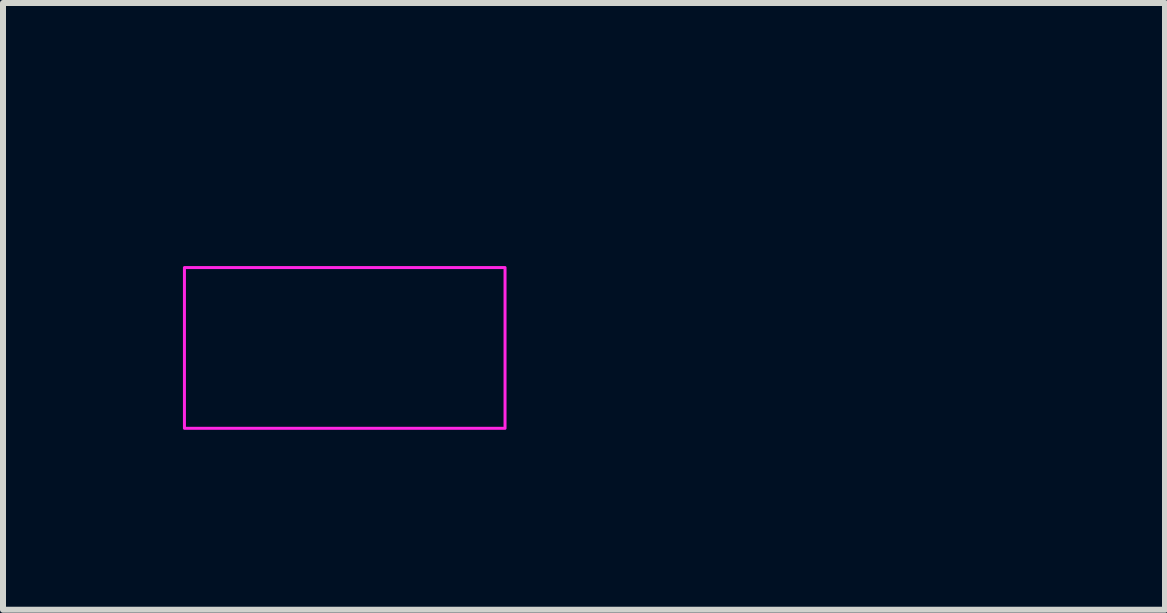
<source format=kicad_pcb>
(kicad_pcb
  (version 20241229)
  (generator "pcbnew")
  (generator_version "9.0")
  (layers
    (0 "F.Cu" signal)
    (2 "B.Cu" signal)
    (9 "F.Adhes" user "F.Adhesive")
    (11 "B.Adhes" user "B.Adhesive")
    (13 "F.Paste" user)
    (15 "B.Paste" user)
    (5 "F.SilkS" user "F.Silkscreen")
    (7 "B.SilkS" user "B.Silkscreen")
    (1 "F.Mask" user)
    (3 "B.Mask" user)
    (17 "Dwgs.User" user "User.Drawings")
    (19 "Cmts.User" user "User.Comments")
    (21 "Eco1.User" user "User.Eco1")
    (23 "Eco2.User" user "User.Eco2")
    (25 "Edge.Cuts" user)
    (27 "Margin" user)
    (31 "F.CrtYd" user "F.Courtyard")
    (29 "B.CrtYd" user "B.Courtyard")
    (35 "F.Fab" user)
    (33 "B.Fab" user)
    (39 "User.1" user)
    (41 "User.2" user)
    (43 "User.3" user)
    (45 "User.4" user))
  (footprint "Jumper_1x2_P2.54mm"
    (layer "F.Cu")
    (at 1.43 2.751)
    (property "Reference" "Jumper_1x2_P2.54mm" (at 0 -1.601 0) (layer "User.1") (effects (font (size 0.7 0.7) (thickness 0.15)) (justify left bottom)))
    (attr through_hole board_only exclude_from_pos_files exclude_from_bom)
    (fp_rect (start -1.405 -1.34) (end 3.94 1.34) (stroke (width 0.05) (type default)) (fill no) (layer "F.CrtYd"))
    (fp_line (start -1.27 -1.27) (end 3.809 -1.27) (stroke (width 0.1) (type solid)) (layer "User.1"))
    (fp_line (start -1.27 1.267) (end -1.27 -1.27) (stroke (width 0.1) (type solid)) (layer "User.1"))
    (fp_line (start -1.27 1.267) (end 3.809 1.267) (stroke (width 0.1) (type solid)) (layer "User.1"))
    (fp_line (start 3.809 1.267) (end 3.809 -1.27) (stroke (width 0.1) (type solid)) (layer "User.1"))
    (fp_rect (start -1.331 -1.2) (end 3.87 1.199) (stroke (width 0.1) (type solid)) (fill no) (layer "User.5"))
    (fp_line (start -1.331 -1.2) (end -1.331 1.199) (stroke (width 0.02) (type solid)) (layer "User.9"))
    (fp_line (start -1.331 1.199) (end 0.569 1.199) (stroke (width 0.02) (type solid)) (layer "User.9"))
    (fp_line (start -0.231 -0.5) (end -0.231 0.499) (stroke (width 0.02) (type solid)) (layer "User.9"))
    (fp_line (start -0.231 0.499) (end 0.569 0.499) (stroke (width 0.02) (type solid)) (layer "User.9"))
    (fp_line (start 0.07 -0.5) (end -0.231 -0.5) (stroke (width 0.02) (type solid)) (layer "User.9"))
    (fp_line (start 0.318 -0.3) (end 0.318 0.299) (stroke (width 0.02) (type solid)) (layer "User.9"))
    (fp_line (start 0.318 0.299) (end 0.344 0.299) (stroke (width 0.02) (type solid)) (layer "User.9"))
    (fp_line (start 0.344 -0.3) (end 0.318 -0.3) (stroke (width 0.02) (type solid)) (layer "User.9"))
    (fp_line (start 0.344 0.299) (end 0.352 0.299) (stroke (width 0.02) (type solid)) (layer "User.9"))
    (fp_line (start 0.352 -0.3) (end 0.344 -0.3) (stroke (width 0.02) (type solid)) (layer "User.9"))
    (fp_line (start 0.352 0.299) (end 0.356 0.299) (stroke (width 0.02) (type solid)) (layer "User.9"))
    (fp_line (start 0.356 -0.3) (end 0.352 -0.3) (stroke (width 0.02) (type solid)) (layer "User.9"))
    (fp_line (start 0.356 0.299) (end 0.36 0.299) (stroke (width 0.02) (type solid)) (layer "User.9"))
    (fp_line (start 0.36 -0.3) (end 0.356 -0.3) (stroke (width 0.02) (type solid)) (layer "User.9"))
    (fp_line (start 0.36 0.299) (end 0.364 0.298) (stroke (width 0.02) (type solid)) (layer "User.9"))
    (fp_line (start 0.364 -0.299) (end 0.36 -0.3) (stroke (width 0.02) (type solid)) (layer "User.9"))
    (fp_line (start 0.364 0.298) (end 0.368 0.297) (stroke (width 0.02) (type solid)) (layer "User.9"))
    (fp_line (start 0.368 -0.298) (end 0.364 -0.299) (stroke (width 0.02) (type solid)) (layer "User.9"))
    (fp_line (start 0.368 0.297) (end 0.372 0.295) (stroke (width 0.02) (type solid)) (layer "User.9"))
    (fp_line (start 0.372 -0.296) (end 0.368 -0.298) (stroke (width 0.02) (type solid)) (layer "User.9"))
    (fp_line (start 0.372 0.295) (end 0.376 0.294) (stroke (width 0.02) (type solid)) (layer "User.9"))
    (fp_line (start 0.376 -0.295) (end 0.372 -0.296) (stroke (width 0.02) (type solid)) (layer "User.9"))
    (fp_line (start 0.376 0.294) (end 0.38 0.292) (stroke (width 0.02) (type solid)) (layer "User.9"))
    (fp_line (start 0.38 0.292) (end 0.384 0.289) (stroke (width 0.02) (type solid)) (layer "User.9"))
    (fp_line (start 0.384 -0.29) (end 0.376 -0.295) (stroke (width 0.02) (type solid)) (layer "User.9"))
    (fp_line (start 0.384 0.289) (end 0.387 0.286) (stroke (width 0.02) (type solid)) (layer "User.9"))
    (fp_line (start 0.387 0.286) (end 0.391 0.283) (stroke (width 0.02) (type solid)) (layer "User.9"))
    (fp_line (start 0.391 -0.284) (end 0.384 -0.29) (stroke (width 0.02) (type solid)) (layer "User.9"))
    (fp_line (start 0.391 0.283) (end 0.395 0.28) (stroke (width 0.02) (type solid)) (layer "User.9"))
    (fp_line (start 0.395 0.28) (end 0.399 0.277) (stroke (width 0.02) (type solid)) (layer "User.9"))
    (fp_line (start 0.399 -0.278) (end 0.391 -0.284) (stroke (width 0.02) (type solid)) (layer "User.9"))
    (fp_line (start 0.399 0.277) (end 0.402 0.273) (stroke (width 0.02) (type solid)) (layer "User.9"))
    (fp_line (start 0.402 0.273) (end 0.406 0.268) (stroke (width 0.02) (type solid)) (layer "User.9"))
    (fp_line (start 0.406 -0.269) (end 0.399 -0.278) (stroke (width 0.02) (type solid)) (layer "User.9"))
    (fp_line (start 0.406 0.268) (end 0.409 0.264) (stroke (width 0.02) (type solid)) (layer "User.9"))
    (fp_line (start 0.409 0.264) (end 0.413 0.259) (stroke (width 0.02) (type solid)) (layer "User.9"))
    (fp_line (start 0.413 -0.26) (end 0.406 -0.269) (stroke (width 0.02) (type solid)) (layer "User.9"))
    (fp_line (start 0.413 0.259) (end 0.416 0.254) (stroke (width 0.02) (type solid)) (layer "User.9"))
    (fp_line (start 0.416 0.254) (end 0.419 0.249) (stroke (width 0.02) (type solid)) (layer "User.9"))
    (fp_line (start 0.419 -0.25) (end 0.413 -0.26) (stroke (width 0.02) (type solid)) (layer "User.9"))
    (fp_line (start 0.419 0.249) (end 0.423 0.244) (stroke (width 0.02) (type solid)) (layer "User.9"))
    (fp_line (start 0.423 0.244) (end 0.426 0.238) (stroke (width 0.02) (type solid)) (layer "User.9"))
    (fp_line (start 0.426 -0.239) (end 0.419 -0.25) (stroke (width 0.02) (type solid)) (layer "User.9"))
    (fp_line (start 0.426 0.238) (end 0.429 0.232) (stroke (width 0.02) (type solid)) (layer "User.9"))
    (fp_line (start 0.429 0.232) (end 0.432 0.225) (stroke (width 0.02) (type solid)) (layer "User.9"))
    (fp_line (start 0.432 -0.226) (end 0.426 -0.239) (stroke (width 0.02) (type solid)) (layer "User.9"))
    (fp_line (start 0.432 0.225) (end 0.435 0.219) (stroke (width 0.02) (type solid)) (layer "User.9"))
    (fp_line (start 0.435 -0.5) (end 0.429 -0.5) (stroke (width 0.02) (type solid)) (layer "User.9"))
    (fp_line (start 0.435 0.219) (end 0.438 0.212) (stroke (width 0.02) (type solid)) (layer "User.9"))
    (fp_line (start 0.438 -0.213) (end 0.432 -0.226) (stroke (width 0.02) (type solid)) (layer "User.9"))
    (fp_line (start 0.438 0.212) (end 0.443 0.198) (stroke (width 0.02) (type solid)) (layer "User.9"))
    (fp_line (start 0.44 -0.5) (end 0.435 -0.5) (stroke (width 0.02) (type solid)) (layer "User.9"))
    (fp_line (start 0.443 -0.199) (end 0.438 -0.213) (stroke (width 0.02) (type solid)) (layer "User.9"))
    (fp_line (start 0.443 0.198) (end 0.448 0.183) (stroke (width 0.02) (type solid)) (layer "User.9"))
    (fp_line (start 0.445 -0.499) (end 0.44 -0.5) (stroke (width 0.02) (type solid)) (layer "User.9"))
    (fp_line (start 0.448 -0.184) (end 0.443 -0.199) (stroke (width 0.02) (type solid)) (layer "User.9"))
    (fp_line (start 0.448 0.183) (end 0.453 0.166) (stroke (width 0.02) (type solid)) (layer "User.9"))
    (fp_line (start 0.45 -0.498) (end 0.445 -0.499) (stroke (width 0.02) (type solid)) (layer "User.9"))
    (fp_line (start 0.453 -0.167) (end 0.448 -0.184) (stroke (width 0.02) (type solid)) (layer "User.9"))
    (fp_line (start 0.453 0.166) (end 0.457 0.149) (stroke (width 0.02) (type solid)) (layer "User.9"))
    (fp_line (start 0.454 -0.497) (end 0.45 -0.498) (stroke (width 0.02) (type solid)) (layer "User.9"))
    (fp_line (start 0.457 -0.15) (end 0.453 -0.167) (stroke (width 0.02) (type solid)) (layer "User.9"))
    (fp_line (start 0.457 -0.15) (end 0.457 -0.15) (stroke (width 0.02) (type solid)) (layer "User.9"))
    (fp_line (start 0.457 0.149) (end 0.457 0.149) (stroke (width 0.02) (type solid)) (layer "User.9"))
    (fp_line (start 0.457 0.149) (end 0.461 0.132) (stroke (width 0.02) (type solid)) (layer "User.9"))
    (fp_line (start 0.459 -0.496) (end 0.454 -0.497) (stroke (width 0.02) (type solid)) (layer "User.9"))
    (fp_line (start 0.461 -0.133) (end 0.457 -0.15) (stroke (width 0.02) (type solid)) (layer "User.9"))
    (fp_line (start 0.461 0.132) (end 0.465 0.114) (stroke (width 0.02) (type solid)) (layer "User.9"))
    (fp_line (start 0.464 -0.494) (end 0.459 -0.496) (stroke (width 0.02) (type solid)) (layer "User.9"))
    (fp_line (start 0.465 -0.115) (end 0.461 -0.133) (stroke (width 0.02) (type solid)) (layer "User.9"))
    (fp_line (start 0.465 0.114) (end 0.467 0.095) (stroke (width 0.02) (type solid)) (layer "User.9"))
    (fp_line (start 0.467 -0.096) (end 0.465 -0.115) (stroke (width 0.02) (type solid)) (layer "User.9"))
    (fp_line (start 0.467 0.095) (end 0.47 0.077) (stroke (width 0.02) (type solid)) (layer "User.9"))
    (fp_line (start 0.468 -0.493) (end 0.464 -0.494) (stroke (width 0.02) (type solid)) (layer "User.9"))
    (fp_line (start 0.47 -0.078) (end 0.467 -0.096) (stroke (width 0.02) (type solid)) (layer "User.9"))
    (fp_line (start 0.47 0.077) (end 0.471 0.057) (stroke (width 0.02) (type solid)) (layer "User.9"))
    (fp_line (start 0.471 -0.058) (end 0.47 -0.078) (stroke (width 0.02) (type solid)) (layer "User.9"))
    (fp_line (start 0.471 0.057) (end 0.473 0.038) (stroke (width 0.02) (type solid)) (layer "User.9"))
    (fp_line (start 0.473 -0.491) (end 0.468 -0.493) (stroke (width 0.02) (type solid)) (layer "User.9"))
    (fp_line (start 0.473 -0.039) (end 0.471 -0.058) (stroke (width 0.02) (type solid)) (layer "User.9"))
    (fp_line (start 0.473 0.038) (end 0.474 0.019) (stroke (width 0.02) (type solid)) (layer "User.9"))
    (fp_line (start 0.474 -0.02) (end 0.473 -0.039) (stroke (width 0.02) (type solid)) (layer "User.9"))
    (fp_line (start 0.474 0) (end 0.474 -0.02) (stroke (width 0.02) (type solid)) (layer "User.9"))
    (fp_line (start 0.474 0.019) (end 0.474 0) (stroke (width 0.02) (type solid)) (layer "User.9"))
    (fp_line (start 0.477 -0.488) (end 0.473 -0.491) (stroke (width 0.02) (type solid)) (layer "User.9"))
    (fp_line (start 0.481 -0.486) (end 0.477 -0.488) (stroke (width 0.02) (type solid)) (layer "User.9"))
    (fp_line (start 0.485 -0.483) (end 0.481 -0.486) (stroke (width 0.02) (type solid)) (layer "User.9"))
    (fp_line (start 0.489 -0.481) (end 0.485 -0.483) (stroke (width 0.02) (type solid)) (layer "User.9"))
    (fp_line (start 0.493 -0.478) (end 0.489 -0.481) (stroke (width 0.02) (type solid)) (layer "User.9"))
    (fp_line (start 0.497 -0.475) (end 0.493 -0.478) (stroke (width 0.02) (type solid)) (layer "User.9"))
    (fp_line (start 0.5 -0.471) (end 0.497 -0.475) (stroke (width 0.02) (type solid)) (layer "User.9"))
    (fp_line (start 0.504 -0.468) (end 0.5 -0.471) (stroke (width 0.02) (type solid)) (layer "User.9"))
    (fp_line (start 0.507 -0.464) (end 0.504 -0.468) (stroke (width 0.02) (type solid)) (layer "User.9"))
    (fp_line (start 0.51 -0.46) (end 0.507 -0.464) (stroke (width 0.02) (type solid)) (layer "User.9"))
    (fp_line (start 0.512 -0.456) (end 0.51 -0.46) (stroke (width 0.02) (type solid)) (layer "User.9"))
    (fp_line (start 0.515 -0.452) (end 0.512 -0.456) (stroke (width 0.02) (type solid)) (layer "User.9"))
    (fp_line (start 0.517 -0.448) (end 0.515 -0.452) (stroke (width 0.02) (type solid)) (layer "User.9"))
    (fp_line (start 0.52 -0.444) (end 0.517 -0.448) (stroke (width 0.02) (type solid)) (layer "User.9"))
    (fp_line (start 0.522 -0.439) (end 0.52 -0.444) (stroke (width 0.02) (type solid)) (layer "User.9"))
    (fp_line (start 0.523 -0.435) (end 0.522 -0.439) (stroke (width 0.02) (type solid)) (layer "User.9"))
    (fp_line (start 0.525 -0.43) (end 0.523 -0.435) (stroke (width 0.02) (type solid)) (layer "User.9"))
    (fp_line (start 0.526 -0.425) (end 0.525 -0.43) (stroke (width 0.02) (type solid)) (layer "User.9"))
    (fp_line (start 0.526 -0.3) (end 0.728 -0.3) (stroke (width 0.02) (type solid)) (layer "User.9"))
    (fp_line (start 0.527 -0.421) (end 0.526 -0.425) (stroke (width 0.02) (type solid)) (layer "User.9"))
    (fp_line (start 0.528 -0.416) (end 0.527 -0.421) (stroke (width 0.02) (type solid)) (layer "User.9"))
    (fp_line (start 0.529 -0.411) (end 0.528 -0.416) (stroke (width 0.02) (type solid)) (layer "User.9"))
    (fp_line (start 0.529 -0.406) (end 0.529 -0.411) (stroke (width 0.02) (type solid)) (layer "User.9"))
    (fp_line (start 0.53 -0.401) (end 0.529 -0.406) (stroke (width 0.02) (type solid)) (layer "User.9"))
    (fp_line (start 0.53 -0.3) (end 0.53 -0.401) (stroke (width 0.02) (type solid)) (layer "User.9"))
    (fp_line (start 0.534 -0.3) (end 0.352 -0.3) (stroke (width 0.02) (type solid)) (layer "User.9"))
    (fp_line (start 0.534 -0.3) (end 0.539 -0.3) (stroke (width 0.02) (type solid)) (layer "User.9"))
    (fp_line (start 0.534 0.299) (end 0.352 0.299) (stroke (width 0.02) (type solid)) (layer "User.9"))
    (fp_line (start 0.539 -0.3) (end 0.543 -0.3) (stroke (width 0.02) (type solid)) (layer "User.9"))
    (fp_line (start 0.539 0.299) (end 0.534 0.299) (stroke (width 0.02) (type solid)) (layer "User.9"))
    (fp_line (start 0.543 -0.3) (end 0.547 -0.299) (stroke (width 0.02) (type solid)) (layer "User.9"))
    (fp_line (start 0.543 0.299) (end 0.539 0.299) (stroke (width 0.02) (type solid)) (layer "User.9"))
    (fp_line (start 0.547 -0.299) (end 0.551 -0.298) (stroke (width 0.02) (type solid)) (layer "User.9"))
    (fp_line (start 0.547 0.298) (end 0.543 0.299) (stroke (width 0.02) (type solid)) (layer "User.9"))
    (fp_line (start 0.551 -0.298) (end 0.555 -0.296) (stroke (width 0.02) (type solid)) (layer "User.9"))
    (fp_line (start 0.551 0.297) (end 0.547 0.298) (stroke (width 0.02) (type solid)) (layer "User.9"))
    (fp_line (start 0.555 -0.296) (end 0.559 -0.295) (stroke (width 0.02) (type solid)) (layer "User.9"))
    (fp_line (start 0.555 0.295) (end 0.551 0.297) (stroke (width 0.02) (type solid)) (layer "User.9"))
    (fp_line (start 0.559 -0.295) (end 0.562 -0.293) (stroke (width 0.02) (type solid)) (layer "User.9"))
    (fp_line (start 0.559 0.294) (end 0.555 0.295) (stroke (width 0.02) (type solid)) (layer "User.9"))
    (fp_line (start 0.562 -0.293) (end 0.566 -0.29) (stroke (width 0.02) (type solid)) (layer "User.9"))
    (fp_line (start 0.566 -0.29) (end 0.57 -0.287) (stroke (width 0.02) (type solid)) (layer "User.9"))
    (fp_line (start 0.566 0.289) (end 0.559 0.294) (stroke (width 0.02) (type solid)) (layer "User.9"))
    (fp_line (start 0.569 -1.2) (end -1.331 -1.2) (stroke (width 0.02) (type solid)) (layer "User.9"))
    (fp_line (start 0.569 -1.2) (end 0.569 -0.5) (stroke (width 0.02) (type solid)) (layer "User.9"))
    (fp_line (start 0.569 -1) (end 0.577 -1) (stroke (width 0.02) (type solid)) (layer "User.9"))
    (fp_line (start 0.569 -0.5) (end -0.231 -0.5) (stroke (width 0.02) (type solid)) (layer "User.9"))
    (fp_line (start 0.569 0.499) (end 0.569 1.199) (stroke (width 0.02) (type solid)) (layer "User.9"))
    (fp_line (start 0.569 0.699) (end 0.587 0.699) (stroke (width 0.02) (type solid)) (layer "User.9"))
    (fp_line (start 0.569 0.999) (end 0.577 0.999) (stroke (width 0.02) (type solid)) (layer "User.9"))
    (fp_line (start 0.569 1.199) (end 0.577 1.199) (stroke (width 0.02) (type solid)) (layer "User.9"))
    (fp_line (start 0.57 -0.287) (end 0.574 -0.284) (stroke (width 0.02) (type solid)) (layer "User.9"))
    (fp_line (start 0.574 -0.284) (end 0.578 -0.281) (stroke (width 0.02) (type solid)) (layer "User.9"))
    (fp_line (start 0.574 0.283) (end 0.566 0.289) (stroke (width 0.02) (type solid)) (layer "User.9"))
    (fp_line (start 0.577 -1.2) (end 0.569 -1.2) (stroke (width 0.02) (type solid)) (layer "User.9"))
    (fp_line (start 0.577 -1.2) (end 0.577 -1) (stroke (width 0.02) (type solid)) (layer "User.9"))
    (fp_line (start 0.577 -1.2) (end 0.611 -1.2) (stroke (width 0.02) (type solid)) (layer "User.9"))
    (fp_line (start 0.577 0.999) (end 0.577 1.199) (stroke (width 0.02) (type solid)) (layer "User.9"))
    (fp_line (start 0.577 1.199) (end 0.611 1.199) (stroke (width 0.02) (type solid)) (layer "User.9"))
    (fp_line (start 0.578 -0.281) (end 0.581 -0.278) (stroke (width 0.02) (type solid)) (layer "User.9"))
    (fp_line (start 0.581 -0.278) (end 0.585 -0.274) (stroke (width 0.02) (type solid)) (layer "User.9"))
    (fp_line (start 0.581 0.277) (end 0.574 0.283) (stroke (width 0.02) (type solid)) (layer "User.9"))
    (fp_line (start 0.585 -0.274) (end 0.589 -0.269) (stroke (width 0.02) (type solid)) (layer "User.9"))
    (fp_line (start 0.587 0.699) (end 0.587 0.699) (stroke (width 0.02) (type solid)) (layer "User.9"))
    (fp_line (start 0.587 0.699) (end 0.639 0.699) (stroke (width 0.02) (type solid)) (layer "User.9"))
    (fp_line (start 0.589 -0.269) (end 0.592 -0.265) (stroke (width 0.02) (type solid)) (layer "User.9"))
    (fp_line (start 0.589 0.268) (end 0.581 0.277) (stroke (width 0.02) (type solid)) (layer "User.9"))
    (fp_line (start 0.592 -0.265) (end 0.595 -0.26) (stroke (width 0.02) (type solid)) (layer "User.9"))
    (fp_line (start 0.595 -0.26) (end 0.599 -0.255) (stroke (width 0.02) (type solid)) (layer "User.9"))
    (fp_line (start 0.595 0.259) (end 0.589 0.268) (stroke (width 0.02) (type solid)) (layer "User.9"))
    (fp_line (start 0.599 -0.255) (end 0.602 -0.25) (stroke (width 0.02) (type solid)) (layer "User.9"))
    (fp_line (start 0.602 -0.25) (end 0.605 -0.245) (stroke (width 0.02) (type solid)) (layer "User.9"))
    (fp_line (start 0.602 0.249) (end 0.595 0.259) (stroke (width 0.02) (type solid)) (layer "User.9"))
    (fp_line (start 0.605 -0.245) (end 0.609 -0.239) (stroke (width 0.02) (type solid)) (layer "User.9"))
    (fp_line (start 0.609 -0.239) (end 0.612 -0.233) (stroke (width 0.02) (type solid)) (layer "User.9"))
    (fp_line (start 0.609 0.238) (end 0.602 0.249) (stroke (width 0.02) (type solid)) (layer "User.9"))
    (fp_line (start 0.611 -1.2) (end 0.611 -1.2) (stroke (width 0.02) (type solid)) (layer "User.9"))
    (fp_line (start 0.611 -1.2) (end 0.673 -1.2) (stroke (width 0.02) (type solid)) (layer "User.9"))
    (fp_line (start 0.611 1.199) (end 0.611 1.199) (stroke (width 0.02) (type solid)) (layer "User.9"))
    (fp_line (start 0.611 1.199) (end 0.673 1.199) (stroke (width 0.02) (type solid)) (layer "User.9"))
    (fp_line (start 0.612 -0.233) (end 0.615 -0.226) (stroke (width 0.02) (type solid)) (layer "User.9"))
    (fp_line (start 0.615 -0.226) (end 0.618 -0.22) (stroke (width 0.02) (type solid)) (layer "User.9"))
    (fp_line (start 0.615 0.225) (end 0.609 0.238) (stroke (width 0.02) (type solid)) (layer "User.9"))
    (fp_line (start 0.618 -0.22) (end 0.621 -0.213) (stroke (width 0.02) (type solid)) (layer "User.9"))
    (fp_line (start 0.621 -0.213) (end 0.626 -0.199) (stroke (width 0.02) (type solid)) (layer "User.9"))
    (fp_line (start 0.621 0.212) (end 0.615 0.225) (stroke (width 0.02) (type solid)) (layer "User.9"))
    (fp_line (start 0.626 -0.199) (end 0.631 -0.184) (stroke (width 0.02) (type solid)) (layer "User.9"))
    (fp_line (start 0.626 0.198) (end 0.621 0.212) (stroke (width 0.02) (type solid)) (layer "User.9"))
    (fp_line (start 0.631 -0.184) (end 0.636 -0.167) (stroke (width 0.02) (type solid)) (layer "User.9"))
    (fp_line (start 0.631 0.183) (end 0.626 0.198) (stroke (width 0.02) (type solid)) (layer "User.9"))
    (fp_line (start 0.636 -0.167) (end 0.64 -0.15) (stroke (width 0.02) (type solid)) (layer "User.9"))
    (fp_line (start 0.636 0.166) (end 0.631 0.183) (stroke (width 0.02) (type solid)) (layer "User.9"))
    (fp_line (start 0.639 0.699) (end 0.639 0.699) (stroke (width 0.02) (type solid)) (layer "User.9"))
    (fp_line (start 0.639 0.699) (end 0.722 0.699) (stroke (width 0.02) (type solid)) (layer "User.9"))
    (fp_line (start 0.64 -0.15) (end 0.64 -0.15) (stroke (width 0.02) (type solid)) (layer "User.9"))
    (fp_line (start 0.64 -0.15) (end 0.644 -0.133) (stroke (width 0.02) (type solid)) (layer "User.9"))
    (fp_line (start 0.64 0.149) (end 0.636 0.166) (stroke (width 0.02) (type solid)) (layer "User.9"))
    (fp_line (start 0.64 0.149) (end 0.64 0.149) (stroke (width 0.02) (type solid)) (layer "User.9"))
    (fp_line (start 0.644 -0.133) (end 0.647 -0.115) (stroke (width 0.02) (type solid)) (layer "User.9"))
    (fp_line (start 0.644 0.132) (end 0.64 0.149) (stroke (width 0.02) (type solid)) (layer "User.9"))
    (fp_line (start 0.647 -0.115) (end 0.65 -0.096) (stroke (width 0.02) (type solid)) (layer "User.9"))
    (fp_line (start 0.647 0.114) (end 0.644 0.132) (stroke (width 0.02) (type solid)) (layer "User.9"))
    (fp_line (start 0.65 -0.096) (end 0.652 -0.078) (stroke (width 0.02) (type solid)) (layer "User.9"))
    (fp_line (start 0.65 0.095) (end 0.647 0.114) (stroke (width 0.02) (type solid)) (layer "User.9"))
    (fp_line (start 0.652 -0.078) (end 0.654 -0.058) (stroke (width 0.02) (type solid)) (layer "User.9"))
    (fp_line (start 0.652 0.077) (end 0.65 0.095) (stroke (width 0.02) (type solid)) (layer "User.9"))
    (fp_line (start 0.654 -0.058) (end 0.655 -0.039) (stroke (width 0.02) (type solid)) (layer "User.9"))
    (fp_line (start 0.654 0.057) (end 0.652 0.077) (stroke (width 0.02) (type solid)) (layer "User.9"))
    (fp_line (start 0.655 -0.039) (end 0.656 -0.02) (stroke (width 0.02) (type solid)) (layer "User.9"))
    (fp_line (start 0.655 0.038) (end 0.654 0.057) (stroke (width 0.02) (type solid)) (layer "User.9"))
    (fp_line (start 0.656 -0.02) (end 0.656 0) (stroke (width 0.02) (type solid)) (layer "User.9"))
    (fp_line (start 0.656 0) (end 0.656 0.019) (stroke (width 0.02) (type solid)) (layer "User.9"))
    (fp_line (start 0.656 0.019) (end 0.655 0.038) (stroke (width 0.02) (type solid)) (layer "User.9"))
    (fp_line (start 0.673 -1.2) (end 0.673 -1.2) (stroke (width 0.02) (type solid)) (layer "User.9"))
    (fp_line (start 0.673 -1.2) (end 0.76 -1.2) (stroke (width 0.02) (type solid)) (layer "User.9"))
    (fp_line (start 0.673 1.199) (end 0.673 1.199) (stroke (width 0.02) (type solid)) (layer "User.9"))
    (fp_line (start 0.673 1.199) (end 0.76 1.199) (stroke (width 0.02) (type solid)) (layer "User.9"))
    (fp_line (start 0.716 -0.488) (end 0.712 -0.501) (stroke (width 0.02) (type solid)) (layer "User.9"))
    (fp_line (start 0.72 -0.476) (end 0.716 -0.488) (stroke (width 0.02) (type solid)) (layer "User.9"))
    (fp_line (start 0.722 0.699) (end 0.722 0.699) (stroke (width 0.02) (type solid)) (layer "User.9"))
    (fp_line (start 0.722 0.699) (end 0.833 0.699) (stroke (width 0.02) (type solid)) (layer "User.9"))
    (fp_line (start 0.723 -0.464) (end 0.72 -0.476) (stroke (width 0.02) (type solid)) (layer "User.9"))
    (fp_line (start 0.725 -0.451) (end 0.723 -0.464) (stroke (width 0.02) (type solid)) (layer "User.9"))
    (fp_line (start 0.727 -0.439) (end 0.725 -0.451) (stroke (width 0.02) (type solid)) (layer "User.9"))
    (fp_line (start 0.728 -0.426) (end 0.727 -0.439) (stroke (width 0.02) (type solid)) (layer "User.9"))
    (fp_line (start 0.728 -0.3) (end 0.729 -0.3) (stroke (width 0.02) (type solid)) (layer "User.9"))
    (fp_line (start 0.728 0.299) (end 0.526 0.299) (stroke (width 0.02) (type solid)) (layer "User.9"))
    (fp_line (start 0.729 -0.413) (end 0.728 -0.426) (stroke (width 0.02) (type solid)) (layer "User.9"))
    (fp_line (start 0.729 -0.401) (end 0.729 -0.413) (stroke (width 0.02) (type solid)) (layer "User.9"))
    (fp_line (start 0.729 -0.3) (end 0.729 -0.401) (stroke (width 0.02) (type solid)) (layer "User.9"))
    (fp_line (start 0.729 -0.3) (end 0.729 0.299) (stroke (width 0.02) (type solid)) (layer "User.9"))
    (fp_line (start 0.729 0.299) (end 0.728 0.299) (stroke (width 0.02) (type solid)) (layer "User.9"))
    (fp_line (start 0.76 -1.2) (end 0.76 -1.2) (stroke (width 0.02) (type solid)) (layer "User.9"))
    (fp_line (start 0.76 -1.2) (end 0.867 -1.2) (stroke (width 0.02) (type solid)) (layer "User.9"))
    (fp_line (start 0.76 1.199) (end 0.76 1.199) (stroke (width 0.02) (type solid)) (layer "User.9"))
    (fp_line (start 0.76 1.199) (end 0.867 1.199) (stroke (width 0.02) (type solid)) (layer "User.9"))
    (fp_line (start 0.833 0.699) (end 0.833 0.699) (stroke (width 0.02) (type solid)) (layer "User.9"))
    (fp_line (start 0.833 0.699) (end 0.966 0.699) (stroke (width 0.02) (type solid)) (layer "User.9"))
    (fp_line (start 0.867 -1.2) (end 0.867 -1.2) (stroke (width 0.02) (type solid)) (layer "User.9"))
    (fp_line (start 0.867 -1.2) (end 0.992 -1.2) (stroke (width 0.02) (type solid)) (layer "User.9"))
    (fp_line (start 0.867 1.199) (end 0.867 1.199) (stroke (width 0.02) (type solid)) (layer "User.9"))
    (fp_line (start 0.867 1.199) (end 0.992 1.199) (stroke (width 0.02) (type solid)) (layer "User.9"))
    (fp_line (start 0.966 0.699) (end 0.966 0.699) (stroke (width 0.02) (type solid)) (layer "User.9"))
    (fp_line (start 0.966 0.699) (end 1.269 0.699) (stroke (width 0.02) (type solid)) (layer "User.9"))
    (fp_line (start 0.992 -1.2) (end 0.992 -1.2) (stroke (width 0.02) (type solid)) (layer "User.9"))
    (fp_line (start 0.992 -1.2) (end 1.269 -1.2) (stroke (width 0.02) (type solid)) (layer "User.9"))
    (fp_line (start 0.992 1.199) (end 0.992 1.199) (stroke (width 0.02) (type solid)) (layer "User.9"))
    (fp_line (start 0.992 1.199) (end 1.269 1.199) (stroke (width 0.02) (type solid)) (layer "User.9"))
    (fp_line (start 1.269 -1.2) (end 1.269 -1.2) (stroke (width 0.02) (type solid)) (layer "User.9"))
    (fp_line (start 1.269 -1.2) (end 1.411 -1.2) (stroke (width 0.02) (type solid)) (layer "User.9"))
    (fp_line (start 1.269 0.699) (end 1.269 0.699) (stroke (width 0.02) (type solid)) (layer "User.9"))
    (fp_line (start 1.269 0.699) (end 1.425 0.699) (stroke (width 0.02) (type solid)) (layer "User.9"))
    (fp_line (start 1.269 1.199) (end 1.269 1.199) (stroke (width 0.02) (type solid)) (layer "User.9"))
    (fp_line (start 1.269 1.199) (end 1.411 1.199) (stroke (width 0.02) (type solid)) (layer "User.9"))
    (fp_line (start 1.411 -1.2) (end 1.411 -1.2) (stroke (width 0.02) (type solid)) (layer "User.9"))
    (fp_line (start 1.411 -1.2) (end 1.547 -1.2) (stroke (width 0.02) (type solid)) (layer "User.9"))
    (fp_line (start 1.411 1.199) (end 1.411 1.199) (stroke (width 0.02) (type solid)) (layer "User.9"))
    (fp_line (start 1.411 1.199) (end 1.547 1.199) (stroke (width 0.02) (type solid)) (layer "User.9"))
    (fp_line (start 1.425 0.699) (end 1.425 0.699) (stroke (width 0.02) (type solid)) (layer "User.9"))
    (fp_line (start 1.425 0.699) (end 1.573 0.699) (stroke (width 0.02) (type solid)) (layer "User.9"))
    (fp_line (start 1.547 -1.2) (end 1.547 -1.2) (stroke (width 0.02) (type solid)) (layer "User.9"))
    (fp_line (start 1.547 -1.2) (end 1.672 -1.2) (stroke (width 0.02) (type solid)) (layer "User.9"))
    (fp_line (start 1.547 1.199) (end 1.547 1.199) (stroke (width 0.02) (type solid)) (layer "User.9"))
    (fp_line (start 1.547 1.199) (end 1.672 1.199) (stroke (width 0.02) (type solid)) (layer "User.9"))
    (fp_line (start 1.573 0.699) (end 1.573 0.699) (stroke (width 0.02) (type solid)) (layer "User.9"))
    (fp_line (start 1.573 0.699) (end 1.706 0.699) (stroke (width 0.02) (type solid)) (layer "User.9"))
    (fp_line (start 1.672 -1.2) (end 1.672 -1.2) (stroke (width 0.02) (type solid)) (layer "User.9"))
    (fp_line (start 1.672 -1.2) (end 1.779 -1.2) (stroke (width 0.02) (type solid)) (layer "User.9"))
    (fp_line (start 1.672 1.199) (end 1.672 1.199) (stroke (width 0.02) (type solid)) (layer "User.9"))
    (fp_line (start 1.672 1.199) (end 1.779 1.199) (stroke (width 0.02) (type solid)) (layer "User.9"))
    (fp_line (start 1.706 0.699) (end 1.706 0.699) (stroke (width 0.02) (type solid)) (layer "User.9"))
    (fp_line (start 1.706 0.699) (end 1.817 0.699) (stroke (width 0.02) (type solid)) (layer "User.9"))
    (fp_line (start 1.779 -1.2) (end 1.779 -1.2) (stroke (width 0.02) (type solid)) (layer "User.9"))
    (fp_line (start 1.779 -1.2) (end 1.866 -1.2) (stroke (width 0.02) (type solid)) (layer "User.9"))
    (fp_line (start 1.779 1.199) (end 1.779 1.199) (stroke (width 0.02) (type solid)) (layer "User.9"))
    (fp_line (start 1.779 1.199) (end 1.866 1.199) (stroke (width 0.02) (type solid)) (layer "User.9"))
    (fp_line (start 1.81 -0.42) (end 1.81 -0.413) (stroke (width 0.02) (type solid)) (layer "User.9"))
    (fp_line (start 1.81 -0.413) (end 1.81 -0.407) (stroke (width 0.02) (type solid)) (layer "User.9"))
    (fp_line (start 1.81 -0.407) (end 1.81 -0.401) (stroke (width 0.02) (type solid)) (layer "User.9"))
    (fp_line (start 1.81 -0.401) (end 1.81 -0.3) (stroke (width 0.02) (type solid)) (layer "User.9"))
    (fp_line (start 1.81 -0.3) (end 1.811 -0.3) (stroke (width 0.02) (type solid)) (layer "User.9"))
    (fp_line (start 1.81 0.299) (end 1.81 -0.3) (stroke (width 0.02) (type solid)) (layer "User.9"))
    (fp_line (start 1.811 -0.432) (end 1.811 -0.426) (stroke (width 0.02) (type solid)) (layer "User.9"))
    (fp_line (start 1.811 -0.426) (end 1.81 -0.42) (stroke (width 0.02) (type solid)) (layer "User.9"))
    (fp_line (start 1.811 -0.3) (end 2.013 -0.3) (stroke (width 0.02) (type solid)) (layer "User.9"))
    (fp_line (start 1.811 0.299) (end 1.81 0.299) (stroke (width 0.02) (type solid)) (layer "User.9"))
    (fp_line (start 1.812 -0.439) (end 1.811 -0.432) (stroke (width 0.02) (type solid)) (layer "User.9"))
    (fp_line (start 1.813 -0.445) (end 1.812 -0.439) (stroke (width 0.02) (type solid)) (layer "User.9"))
    (fp_line (start 1.814 -0.451) (end 1.813 -0.445) (stroke (width 0.02) (type solid)) (layer "User.9"))
    (fp_line (start 1.815 -0.457) (end 1.814 -0.451) (stroke (width 0.02) (type solid)) (layer "User.9"))
    (fp_line (start 1.816 -0.464) (end 1.815 -0.457) (stroke (width 0.02) (type solid)) (layer "User.9"))
    (fp_line (start 1.817 0.699) (end 1.817 0.699) (stroke (width 0.02) (type solid)) (layer "User.9"))
    (fp_line (start 1.817 0.699) (end 1.9 0.699) (stroke (width 0.02) (type solid)) (layer "User.9"))
    (fp_line (start 1.818 -0.47) (end 1.816 -0.464) (stroke (width 0.02) (type solid)) (layer "User.9"))
    (fp_line (start 1.819 -0.476) (end 1.818 -0.47) (stroke (width 0.02) (type solid)) (layer "User.9"))
    (fp_line (start 1.821 -0.482) (end 1.819 -0.476) (stroke (width 0.02) (type solid)) (layer "User.9"))
    (fp_line (start 1.823 -0.488) (end 1.821 -0.482) (stroke (width 0.02) (type solid)) (layer "User.9"))
    (fp_line (start 1.825 -0.494) (end 1.823 -0.488) (stroke (width 0.02) (type solid)) (layer "User.9"))
    (fp_line (start 1.827 -0.5) (end 1.825 -0.494) (stroke (width 0.02) (type solid)) (layer "User.9"))
    (fp_line (start 1.866 -1.2) (end 1.866 -1.2) (stroke (width 0.02) (type solid)) (layer "User.9"))
    (fp_line (start 1.866 -1.2) (end 1.928 -1.2) (stroke (width 0.02) (type solid)) (layer "User.9"))
    (fp_line (start 1.866 1.199) (end 1.866 1.199) (stroke (width 0.02) (type solid)) (layer "User.9"))
    (fp_line (start 1.866 1.199) (end 1.928 1.199) (stroke (width 0.02) (type solid)) (layer "User.9"))
    (fp_line (start 1.883 -0.02) (end 1.884 -0.039) (stroke (width 0.02) (type solid)) (layer "User.9"))
    (fp_line (start 1.883 0) (end 1.883 -0.02) (stroke (width 0.02) (type solid)) (layer "User.9"))
    (fp_line (start 1.883 0.019) (end 1.883 0) (stroke (width 0.02) (type solid)) (layer "User.9"))
    (fp_line (start 1.884 -0.039) (end 1.885 -0.058) (stroke (width 0.02) (type solid)) (layer "User.9"))
    (fp_line (start 1.884 0.038) (end 1.883 0.019) (stroke (width 0.02) (type solid)) (layer "User.9"))
    (fp_line (start 1.885 -0.058) (end 1.887 -0.078) (stroke (width 0.02) (type solid)) (layer "User.9"))
    (fp_line (start 1.885 0.057) (end 1.884 0.038) (stroke (width 0.02) (type solid)) (layer "User.9"))
    (fp_line (start 1.887 -0.078) (end 1.889 -0.096) (stroke (width 0.02) (type solid)) (layer "User.9"))
    (fp_line (start 1.887 0.077) (end 1.885 0.057) (stroke (width 0.02) (type solid)) (layer "User.9"))
    (fp_line (start 1.889 -0.096) (end 1.892 -0.115) (stroke (width 0.02) (type solid)) (layer "User.9"))
    (fp_line (start 1.889 0.095) (end 1.887 0.077) (stroke (width 0.02) (type solid)) (layer "User.9"))
    (fp_line (start 1.892 -0.115) (end 1.895 -0.133) (stroke (width 0.02) (type solid)) (layer "User.9"))
    (fp_line (start 1.892 0.114) (end 1.889 0.095) (stroke (width 0.02) (type solid)) (layer "User.9"))
    (fp_line (start 1.895 -0.133) (end 1.899 -0.15) (stroke (width 0.02) (type solid)) (layer "User.9"))
    (fp_line (start 1.895 0.132) (end 1.892 0.114) (stroke (width 0.02) (type solid)) (layer "User.9"))
    (fp_line (start 1.899 -0.15) (end 1.899 -0.15) (stroke (width 0.02) (type solid)) (layer "User.9"))
    (fp_line (start 1.899 -0.15) (end 1.903 -0.167) (stroke (width 0.02) (type solid)) (layer "User.9"))
    (fp_line (start 1.899 0.149) (end 1.895 0.132) (stroke (width 0.02) (type solid)) (layer "User.9"))
    (fp_line (start 1.899 0.149) (end 1.899 0.149) (stroke (width 0.02) (type solid)) (layer "User.9"))
    (fp_line (start 1.9 0.699) (end 1.9 0.699) (stroke (width 0.02) (type solid)) (layer "User.9"))
    (fp_line (start 1.9 0.699) (end 1.952 0.699) (stroke (width 0.02) (type solid)) (layer "User.9"))
    (fp_line (start 1.903 -0.167) (end 1.908 -0.184) (stroke (width 0.02) (type solid)) (layer "User.9"))
    (fp_line (start 1.903 0.166) (end 1.899 0.149) (stroke (width 0.02) (type solid)) (layer "User.9"))
    (fp_line (start 1.908 -0.184) (end 1.913 -0.199) (stroke (width 0.02) (type solid)) (layer "User.9"))
    (fp_line (start 1.908 0.183) (end 1.903 0.166) (stroke (width 0.02) (type solid)) (layer "User.9"))
    (fp_line (start 1.913 -0.199) (end 1.918 -0.213) (stroke (width 0.02) (type solid)) (layer "User.9"))
    (fp_line (start 1.913 0.198) (end 1.908 0.183) (stroke (width 0.02) (type solid)) (layer "User.9"))
    (fp_line (start 1.918 -0.213) (end 1.924 -0.226) (stroke (width 0.02) (type solid)) (layer "User.9"))
    (fp_line (start 1.918 0.212) (end 1.913 0.198) (stroke (width 0.02) (type solid)) (layer "User.9"))
    (fp_line (start 1.921 0.219) (end 1.918 0.212) (stroke (width 0.02) (type solid)) (layer "User.9"))
    (fp_line (start 1.924 -0.226) (end 1.93 -0.239) (stroke (width 0.02) (type solid)) (layer "User.9"))
    (fp_line (start 1.924 0.225) (end 1.921 0.219) (stroke (width 0.02) (type solid)) (layer "User.9"))
    (fp_line (start 1.927 0.232) (end 1.924 0.225) (stroke (width 0.02) (type solid)) (layer "User.9"))
    (fp_line (start 1.928 -1.2) (end 1.928 -1.2) (stroke (width 0.02) (type solid)) (layer "User.9"))
    (fp_line (start 1.928 -1.2) (end 1.962 -1.2) (stroke (width 0.02) (type solid)) (layer "User.9"))
    (fp_line (start 1.928 1.199) (end 1.928 1.199) (stroke (width 0.02) (type solid)) (layer "User.9"))
    (fp_line (start 1.928 1.199) (end 1.962 1.199) (stroke (width 0.02) (type solid)) (layer "User.9"))
    (fp_line (start 1.93 -0.239) (end 1.937 -0.25) (stroke (width 0.02) (type solid)) (layer "User.9"))
    (fp_line (start 1.93 0.238) (end 1.927 0.232) (stroke (width 0.02) (type solid)) (layer "User.9"))
    (fp_line (start 1.934 0.244) (end 1.93 0.238) (stroke (width 0.02) (type solid)) (layer "User.9"))
    (fp_line (start 1.937 -0.25) (end 1.944 -0.26) (stroke (width 0.02) (type solid)) (layer "User.9"))
    (fp_line (start 1.937 0.249) (end 1.934 0.244) (stroke (width 0.02) (type solid)) (layer "User.9"))
    (fp_line (start 1.94 0.254) (end 1.937 0.249) (stroke (width 0.02) (type solid)) (layer "User.9"))
    (fp_line (start 1.944 -0.26) (end 1.95 -0.269) (stroke (width 0.02) (type solid)) (layer "User.9"))
    (fp_line (start 1.944 0.259) (end 1.94 0.254) (stroke (width 0.02) (type solid)) (layer "User.9"))
    (fp_line (start 1.947 0.264) (end 1.944 0.259) (stroke (width 0.02) (type solid)) (layer "User.9"))
    (fp_line (start 1.95 -0.269) (end 1.958 -0.278) (stroke (width 0.02) (type solid)) (layer "User.9"))
    (fp_line (start 1.95 0.268) (end 1.947 0.264) (stroke (width 0.02) (type solid)) (layer "User.9"))
    (fp_line (start 1.952 0.699) (end 1.952 0.699) (stroke (width 0.02) (type solid)) (layer "User.9"))
    (fp_line (start 1.952 0.699) (end 1.969 0.699) (stroke (width 0.02) (type solid)) (layer "User.9"))
    (fp_line (start 1.954 0.273) (end 1.95 0.268) (stroke (width 0.02) (type solid)) (layer "User.9"))
    (fp_line (start 1.958 -0.278) (end 1.965 -0.284) (stroke (width 0.02) (type solid)) (layer "User.9"))
    (fp_line (start 1.958 0.277) (end 1.954 0.273) (stroke (width 0.02) (type solid)) (layer "User.9"))
    (fp_line (start 1.961 0.28) (end 1.958 0.277) (stroke (width 0.02) (type solid)) (layer "User.9"))
    (fp_line (start 1.962 -1.2) (end 1.962 -1) (stroke (width 0.02) (type solid)) (layer "User.9"))
    (fp_line (start 1.962 -1) (end 1.969 -1) (stroke (width 0.02) (type solid)) (layer "User.9"))
    (fp_line (start 1.962 0.999) (end 1.962 1.199) (stroke (width 0.02) (type solid)) (layer "User.9"))
    (fp_line (start 1.962 0.999) (end 1.969 0.999) (stroke (width 0.02) (type solid)) (layer "User.9"))
    (fp_line (start 1.962 1.199) (end 1.969 1.199) (stroke (width 0.02) (type solid)) (layer "User.9"))
    (fp_line (start 1.965 -0.284) (end 1.973 -0.29) (stroke (width 0.02) (type solid)) (layer "User.9"))
    (fp_line (start 1.965 0.283) (end 1.961 0.28) (stroke (width 0.02) (type solid)) (layer "User.9"))
    (fp_line (start 1.969 -1.2) (end 1.962 -1.2) (stroke (width 0.02) (type solid)) (layer "User.9"))
    (fp_line (start 1.969 -0.7) (end 0.569 -0.7) (stroke (width 0.02) (type solid)) (layer "User.9"))
    (fp_line (start 1.969 -0.5) (end 0.569 -0.5) (stroke (width 0.02) (type solid)) (layer "User.9"))
    (fp_line (start 1.969 -0.5) (end 1.969 -1.2) (stroke (width 0.02) (type solid)) (layer "User.9"))
    (fp_line (start 1.969 0.286) (end 1.965 0.283) (stroke (width 0.02) (type solid)) (layer "User.9"))
    (fp_line (start 1.969 0.499) (end 2.769 0.499) (stroke (width 0.02) (type solid)) (layer "User.9"))
    (fp_line (start 1.969 1.199) (end 1.969 0.499) (stroke (width 0.02) (type solid)) (layer "User.9"))
    (fp_line (start 1.969 1.199) (end 3.87 1.199) (stroke (width 0.02) (type solid)) (layer "User.9"))
    (fp_line (start 1.973 -0.29) (end 1.98 -0.295) (stroke (width 0.02) (type solid)) (layer "User.9"))
    (fp_line (start 1.973 0.289) (end 1.969 0.286) (stroke (width 0.02) (type solid)) (layer "User.9"))
    (fp_line (start 1.977 0.292) (end 1.973 0.289) (stroke (width 0.02) (type solid)) (layer "User.9"))
    (fp_line (start 1.98 -0.295) (end 1.984 -0.296) (stroke (width 0.02) (type solid)) (layer "User.9"))
    (fp_line (start 1.98 0.294) (end 1.977 0.292) (stroke (width 0.02) (type solid)) (layer "User.9"))
    (fp_line (start 1.984 -0.296) (end 1.988 -0.298) (stroke (width 0.02) (type solid)) (layer "User.9"))
    (fp_line (start 1.984 0.295) (end 1.98 0.294) (stroke (width 0.02) (type solid)) (layer "User.9"))
    (fp_line (start 1.988 -0.298) (end 1.992 -0.299) (stroke (width 0.02) (type solid)) (layer "User.9"))
    (fp_line (start 1.988 0.297) (end 1.984 0.295) (stroke (width 0.02) (type solid)) (layer "User.9"))
    (fp_line (start 1.992 -0.299) (end 1.996 -0.3) (stroke (width 0.02) (type solid)) (layer "User.9"))
    (fp_line (start 1.992 0.298) (end 1.988 0.297) (stroke (width 0.02) (type solid)) (layer "User.9"))
    (fp_line (start 1.996 -0.3) (end 2 -0.3) (stroke (width 0.02) (type solid)) (layer "User.9"))
    (fp_line (start 1.996 0.299) (end 1.992 0.298) (stroke (width 0.02) (type solid)) (layer "User.9"))
    (fp_line (start 2 -0.3) (end 2.005 -0.3) (stroke (width 0.02) (type solid)) (layer "User.9"))
    (fp_line (start 2 0.299) (end 1.996 0.299) (stroke (width 0.02) (type solid)) (layer "User.9"))
    (fp_line (start 2.005 -0.3) (end 2.187 -0.3) (stroke (width 0.02) (type solid)) (layer "User.9"))
    (fp_line (start 2.005 0.299) (end 2 0.299) (stroke (width 0.02) (type solid)) (layer "User.9"))
    (fp_line (start 2.005 0.299) (end 2.187 0.299) (stroke (width 0.02) (type solid)) (layer "User.9"))
    (fp_line (start 2.009 -0.401) (end 2.009 -0.3) (stroke (width 0.02) (type solid)) (layer "User.9"))
    (fp_line (start 2.01 -0.411) (end 2.01 -0.406) (stroke (width 0.02) (type solid)) (layer "User.9"))
    (fp_line (start 2.01 -0.406) (end 2.009 -0.401) (stroke (width 0.02) (type solid)) (layer "User.9"))
    (fp_line (start 2.011 -0.416) (end 2.01 -0.411) (stroke (width 0.02) (type solid)) (layer "User.9"))
    (fp_line (start 2.012 -0.421) (end 2.011 -0.416) (stroke (width 0.02) (type solid)) (layer "User.9"))
    (fp_line (start 2.013 -0.425) (end 2.012 -0.421) (stroke (width 0.02) (type solid)) (layer "User.9"))
    (fp_line (start 2.013 0.299) (end 1.811 0.299) (stroke (width 0.02) (type solid)) (layer "User.9"))
    (fp_line (start 2.014 -0.43) (end 2.013 -0.425) (stroke (width 0.02) (type solid)) (layer "User.9"))
    (fp_line (start 2.016 -0.435) (end 2.014 -0.43) (stroke (width 0.02) (type solid)) (layer "User.9"))
    (fp_line (start 2.017 -0.439) (end 2.016 -0.435) (stroke (width 0.02) (type solid)) (layer "User.9"))
    (fp_line (start 2.019 -0.444) (end 2.017 -0.439) (stroke (width 0.02) (type solid)) (layer "User.9"))
    (fp_line (start 2.022 -0.448) (end 2.019 -0.444) (stroke (width 0.02) (type solid)) (layer "User.9"))
    (fp_line (start 2.024 -0.452) (end 2.022 -0.448) (stroke (width 0.02) (type solid)) (layer "User.9"))
    (fp_line (start 2.027 -0.456) (end 2.024 -0.452) (stroke (width 0.02) (type solid)) (layer "User.9"))
    (fp_line (start 2.029 -0.46) (end 2.027 -0.456) (stroke (width 0.02) (type solid)) (layer "User.9"))
    (fp_line (start 2.032 -0.464) (end 2.029 -0.46) (stroke (width 0.02) (type solid)) (layer "User.9"))
    (fp_line (start 2.035 -0.468) (end 2.032 -0.464) (stroke (width 0.02) (type solid)) (layer "User.9"))
    (fp_line (start 2.039 -0.471) (end 2.035 -0.468) (stroke (width 0.02) (type solid)) (layer "User.9"))
    (fp_line (start 2.042 -0.475) (end 2.039 -0.471) (stroke (width 0.02) (type solid)) (layer "User.9"))
    (fp_line (start 2.046 -0.478) (end 2.042 -0.475) (stroke (width 0.02) (type solid)) (layer "User.9"))
    (fp_line (start 2.05 -0.481) (end 2.046 -0.478) (stroke (width 0.02) (type solid)) (layer "User.9"))
    (fp_line (start 2.054 -0.483) (end 2.05 -0.481) (stroke (width 0.02) (type solid)) (layer "User.9"))
    (fp_line (start 2.058 -0.486) (end 2.054 -0.483) (stroke (width 0.02) (type solid)) (layer "User.9"))
    (fp_line (start 2.062 -0.488) (end 2.058 -0.486) (stroke (width 0.02) (type solid)) (layer "User.9"))
    (fp_line (start 2.065 -0.02) (end 2.065 0) (stroke (width 0.02) (type solid)) (layer "User.9"))
    (fp_line (start 2.065 0) (end 2.065 0.019) (stroke (width 0.02) (type solid)) (layer "User.9"))
    (fp_line (start 2.065 0.019) (end 2.066 0.038) (stroke (width 0.02) (type solid)) (layer "User.9"))
    (fp_line (start 2.066 -0.491) (end 2.062 -0.488) (stroke (width 0.02) (type solid)) (layer "User.9"))
    (fp_line (start 2.066 -0.039) (end 2.065 -0.02) (stroke (width 0.02) (type solid)) (layer "User.9"))
    (fp_line (start 2.066 0.038) (end 2.068 0.057) (stroke (width 0.02) (type solid)) (layer "User.9"))
    (fp_line (start 2.068 -0.058) (end 2.066 -0.039) (stroke (width 0.02) (type solid)) (layer "User.9"))
    (fp_line (start 2.068 0.057) (end 2.069 0.077) (stroke (width 0.02) (type solid)) (layer "User.9"))
    (fp_line (start 2.069 -0.078) (end 2.068 -0.058) (stroke (width 0.02) (type solid)) (layer "User.9"))
    (fp_line (start 2.069 0.077) (end 2.072 0.095) (stroke (width 0.02) (type solid)) (layer "User.9"))
    (fp_line (start 2.071 -0.493) (end 2.066 -0.491) (stroke (width 0.02) (type solid)) (layer "User.9"))
    (fp_line (start 2.072 -0.096) (end 2.069 -0.078) (stroke (width 0.02) (type solid)) (layer "User.9"))
    (fp_line (start 2.072 0.095) (end 2.074 0.114) (stroke (width 0.02) (type solid)) (layer "User.9"))
    (fp_line (start 2.074 -0.115) (end 2.072 -0.096) (stroke (width 0.02) (type solid)) (layer "User.9"))
    (fp_line (start 2.074 0.114) (end 2.078 0.132) (stroke (width 0.02) (type solid)) (layer "User.9"))
    (fp_line (start 2.075 -0.494) (end 2.071 -0.493) (stroke (width 0.02) (type solid)) (layer "User.9"))
    (fp_line (start 2.078 -0.133) (end 2.074 -0.115) (stroke (width 0.02) (type solid)) (layer "User.9"))
    (fp_line (start 2.078 0.132) (end 2.082 0.149) (stroke (width 0.02) (type solid)) (layer "User.9"))
    (fp_line (start 2.08 -0.496) (end 2.075 -0.494) (stroke (width 0.02) (type solid)) (layer "User.9"))
    (fp_line (start 2.082 -0.15) (end 2.078 -0.133) (stroke (width 0.02) (type solid)) (layer "User.9"))
    (fp_line (start 2.082 -0.15) (end 2.082 -0.15) (stroke (width 0.02) (type solid)) (layer "User.9"))
    (fp_line (start 2.082 0.149) (end 2.082 0.149) (stroke (width 0.02) (type solid)) (layer "User.9"))
    (fp_line (start 2.082 0.149) (end 2.086 0.166) (stroke (width 0.02) (type solid)) (layer "User.9"))
    (fp_line (start 2.085 -0.497) (end 2.08 -0.496) (stroke (width 0.02) (type solid)) (layer "User.9"))
    (fp_line (start 2.086 -0.167) (end 2.082 -0.15) (stroke (width 0.02) (type solid)) (layer "User.9"))
    (fp_line (start 2.086 0.166) (end 2.091 0.183) (stroke (width 0.02) (type solid)) (layer "User.9"))
    (fp_line (start 2.089 -0.498) (end 2.085 -0.497) (stroke (width 0.02) (type solid)) (layer "User.9"))
    (fp_line (start 2.091 -0.184) (end 2.086 -0.167) (stroke (width 0.02) (type solid)) (layer "User.9"))
    (fp_line (start 2.091 0.183) (end 2.096 0.198) (stroke (width 0.02) (type solid)) (layer "User.9"))
    (fp_line (start 2.094 -0.499) (end 2.089 -0.498) (stroke (width 0.02) (type solid)) (layer "User.9"))
    (fp_line (start 2.096 -0.199) (end 2.091 -0.184) (stroke (width 0.02) (type solid)) (layer "User.9"))
    (fp_line (start 2.096 0.198) (end 2.101 0.212) (stroke (width 0.02) (type solid)) (layer "User.9"))
    (fp_line (start 2.099 -0.5) (end 2.094 -0.499) (stroke (width 0.02) (type solid)) (layer "User.9"))
    (fp_line (start 2.101 -0.213) (end 2.096 -0.199) (stroke (width 0.02) (type solid)) (layer "User.9"))
    (fp_line (start 2.101 0.212) (end 2.107 0.225) (stroke (width 0.02) (type solid)) (layer "User.9"))
    (fp_line (start 2.104 -0.5) (end 2.099 -0.5) (stroke (width 0.02) (type solid)) (layer "User.9"))
    (fp_line (start 2.104 -0.22) (end 2.101 -0.213) (stroke (width 0.02) (type solid)) (layer "User.9"))
    (fp_line (start 2.107 -0.226) (end 2.104 -0.22) (stroke (width 0.02) (type solid)) (layer "User.9"))
    (fp_line (start 2.107 0.225) (end 2.113 0.238) (stroke (width 0.02) (type solid)) (layer "User.9"))
    (fp_line (start 2.109 -0.5) (end 2.104 -0.5) (stroke (width 0.02) (type solid)) (layer "User.9"))
    (fp_line (start 2.11 -0.233) (end 2.107 -0.226) (stroke (width 0.02) (type solid)) (layer "User.9"))
    (fp_line (start 2.113 -0.239) (end 2.11 -0.233) (stroke (width 0.02) (type solid)) (layer "User.9"))
    (fp_line (start 2.113 0.238) (end 2.12 0.249) (stroke (width 0.02) (type solid)) (layer "User.9"))
    (fp_line (start 2.116 -0.245) (end 2.113 -0.239) (stroke (width 0.02) (type solid)) (layer "User.9"))
    (fp_line (start 2.12 -0.25) (end 2.116 -0.245) (stroke (width 0.02) (type solid)) (layer "User.9"))
    (fp_line (start 2.12 0.249) (end 2.126 0.259) (stroke (width 0.02) (type solid)) (layer "User.9"))
    (fp_line (start 2.123 -0.255) (end 2.12 -0.25) (stroke (width 0.02) (type solid)) (layer "User.9"))
    (fp_line (start 2.126 -0.26) (end 2.123 -0.255) (stroke (width 0.02) (type solid)) (layer "User.9"))
    (fp_line (start 2.126 0.259) (end 2.133 0.268) (stroke (width 0.02) (type solid)) (layer "User.9"))
    (fp_line (start 2.13 -0.265) (end 2.126 -0.26) (stroke (width 0.02) (type solid)) (layer "User.9"))
    (fp_line (start 2.133 -0.269) (end 2.13 -0.265) (stroke (width 0.02) (type solid)) (layer "User.9"))
    (fp_line (start 2.133 0.268) (end 2.14 0.277) (stroke (width 0.02) (type solid)) (layer "User.9"))
    (fp_line (start 2.137 -0.274) (end 2.133 -0.269) (stroke (width 0.02) (type solid)) (layer "User.9"))
    (fp_line (start 2.14 -0.278) (end 2.137 -0.274) (stroke (width 0.02) (type solid)) (layer "User.9"))
    (fp_line (start 2.14 0.277) (end 2.148 0.283) (stroke (width 0.02) (type solid)) (layer "User.9"))
    (fp_line (start 2.144 -0.281) (end 2.14 -0.278) (stroke (width 0.02) (type solid)) (layer "User.9"))
    (fp_line (start 2.148 -0.284) (end 2.144 -0.281) (stroke (width 0.02) (type solid)) (layer "User.9"))
    (fp_line (start 2.148 0.283) (end 2.155 0.289) (stroke (width 0.02) (type solid)) (layer "User.9"))
    (fp_line (start 2.152 -0.287) (end 2.148 -0.284) (stroke (width 0.02) (type solid)) (layer "User.9"))
    (fp_line (start 2.155 -0.29) (end 2.152 -0.287) (stroke (width 0.02) (type solid)) (layer "User.9"))
    (fp_line (start 2.155 0.289) (end 2.163 0.294) (stroke (width 0.02) (type solid)) (layer "User.9"))
    (fp_line (start 2.159 -0.293) (end 2.155 -0.29) (stroke (width 0.02) (type solid)) (layer "User.9"))
    (fp_line (start 2.163 -0.295) (end 2.159 -0.293) (stroke (width 0.02) (type solid)) (layer "User.9"))
    (fp_line (start 2.163 0.294) (end 2.167 0.295) (stroke (width 0.02) (type solid)) (layer "User.9"))
    (fp_line (start 2.167 -0.296) (end 2.163 -0.295) (stroke (width 0.02) (type solid)) (layer "User.9"))
    (fp_line (start 2.167 0.295) (end 2.171 0.297) (stroke (width 0.02) (type solid)) (layer "User.9"))
    (fp_line (start 2.171 -0.298) (end 2.167 -0.296) (stroke (width 0.02) (type solid)) (layer "User.9"))
    (fp_line (start 2.171 0.297) (end 2.175 0.298) (stroke (width 0.02) (type solid)) (layer "User.9"))
    (fp_line (start 2.175 -0.299) (end 2.171 -0.298) (stroke (width 0.02) (type solid)) (layer "User.9"))
    (fp_line (start 2.175 0.298) (end 2.179 0.299) (stroke (width 0.02) (type solid)) (layer "User.9"))
    (fp_line (start 2.179 -0.3) (end 2.175 -0.299) (stroke (width 0.02) (type solid)) (layer "User.9"))
    (fp_line (start 2.179 0.299) (end 2.183 0.299) (stroke (width 0.02) (type solid)) (layer "User.9"))
    (fp_line (start 2.183 -0.3) (end 2.179 -0.3) (stroke (width 0.02) (type solid)) (layer "User.9"))
    (fp_line (start 2.183 0.299) (end 2.187 0.299) (stroke (width 0.02) (type solid)) (layer "User.9"))
    (fp_line (start 2.187 -0.3) (end 2.183 -0.3) (stroke (width 0.02) (type solid)) (layer "User.9"))
    (fp_line (start 2.187 0.299) (end 2.195 0.299) (stroke (width 0.02) (type solid)) (layer "User.9"))
    (fp_line (start 2.195 -0.3) (end 2.187 -0.3) (stroke (width 0.02) (type solid)) (layer "User.9"))
    (fp_line (start 2.195 0.299) (end 2.221 0.299) (stroke (width 0.02) (type solid)) (layer "User.9"))
    (fp_line (start 2.221 -0.3) (end 2.195 -0.3) (stroke (width 0.02) (type solid)) (layer "User.9"))
    (fp_line (start 2.221 0.299) (end 2.221 -0.3) (stroke (width 0.02) (type solid)) (layer "User.9"))
    (fp_line (start 2.769 -0.5) (end 1.969 -0.5) (stroke (width 0.02) (type solid)) (layer "User.9"))
    (fp_line (start 2.769 -0.5) (end 2.47 -0.5) (stroke (width 0.02) (type solid)) (layer "User.9"))
    (fp_line (start 2.769 0.499) (end 2.769 -0.5) (stroke (width 0.02) (type solid)) (layer "User.9"))
    (fp_line (start 3.87 -1.2) (end 1.969 -1.2) (stroke (width 0.02) (type solid)) (layer "User.9"))
    (fp_line (start 3.87 1.199) (end 3.87 -1.2) (stroke (width 0.02) (type solid)) (layer "User.9")))
  (gr_rect
    (start -3 -3)
    (end 16.373 7.116)
    (stroke (width 0.1) (type default))
    (fill no)
    (layer "Edge.Cuts")))
</source>
